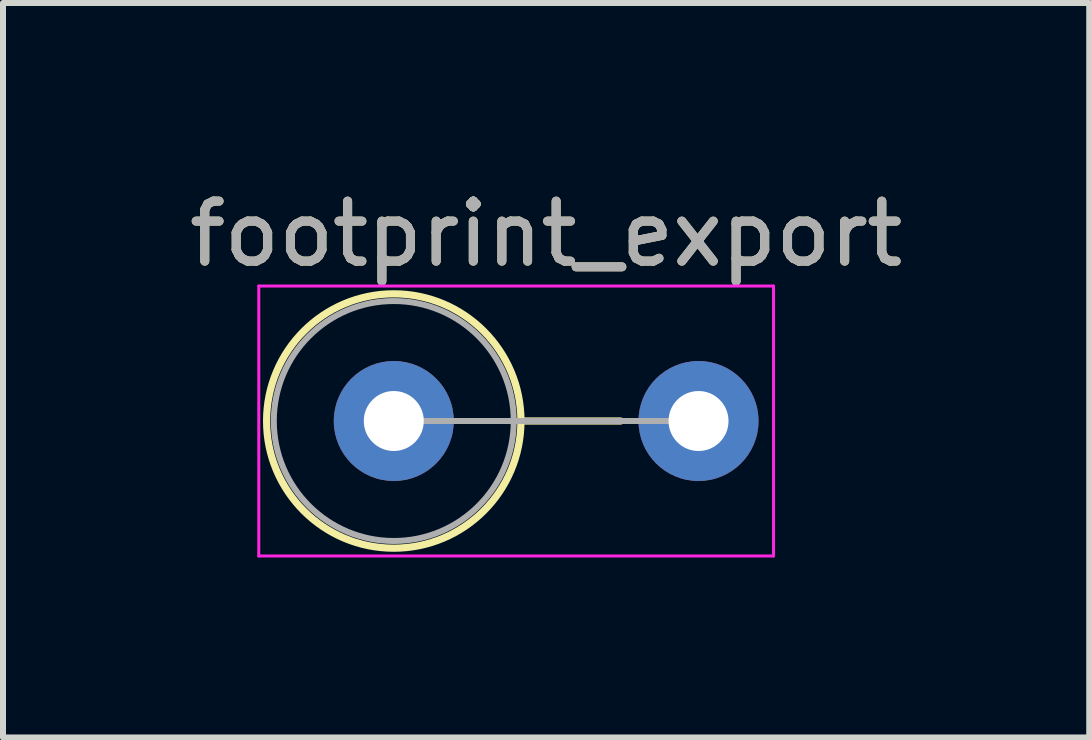
<source format=kicad_pcb>
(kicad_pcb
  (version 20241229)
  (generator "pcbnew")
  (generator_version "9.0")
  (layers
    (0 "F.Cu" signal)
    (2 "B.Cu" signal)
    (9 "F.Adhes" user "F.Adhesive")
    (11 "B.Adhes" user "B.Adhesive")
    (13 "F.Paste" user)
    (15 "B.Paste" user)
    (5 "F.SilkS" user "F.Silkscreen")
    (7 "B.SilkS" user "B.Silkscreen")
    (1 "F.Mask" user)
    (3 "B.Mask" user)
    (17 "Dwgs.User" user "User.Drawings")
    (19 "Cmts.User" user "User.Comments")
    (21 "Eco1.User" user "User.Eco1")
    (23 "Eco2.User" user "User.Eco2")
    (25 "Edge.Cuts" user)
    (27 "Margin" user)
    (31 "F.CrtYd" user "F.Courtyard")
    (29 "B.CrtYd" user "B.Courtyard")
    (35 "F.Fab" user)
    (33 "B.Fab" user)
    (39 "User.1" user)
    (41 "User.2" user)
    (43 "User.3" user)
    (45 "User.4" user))
  (footprint "footprint_export"
    (layer "F.Cu")
    (at 3.514 3.968)
    (property "Reference" "footprint_export" (at 2.54 -3.12 0) (layer "F.SilkS") (effects (font (size 1 1) (thickness 0.15))))
    (attr through_hole)
    (fp_line (start 2.12 0) (end 3.78 0) (stroke (width 0.12) (type solid)) (layer "F.SilkS"))
    (fp_circle (center 0 0) (end 2.12 0) (stroke (width 0.12) (type solid)) (fill no) (layer "F.SilkS"))
    (fp_line (start -2.25 -2.25) (end -2.25 2.25) (stroke (width 0.05) (type solid)) (layer "F.CrtYd"))
    (fp_line (start -2.25 2.25) (end 6.33 2.25) (stroke (width 0.05) (type solid)) (layer "F.CrtYd"))
    (fp_line (start 6.33 -2.25) (end -2.25 -2.25) (stroke (width 0.05) (type solid)) (layer "F.CrtYd"))
    (fp_line (start 6.33 2.25) (end 6.33 -2.25) (stroke (width 0.05) (type solid)) (layer "F.CrtYd"))
    (fp_line (start 0 0) (end 5.08 0) (stroke (width 0.1) (type solid)) (layer "F.Fab"))
    (fp_circle (center 0 0) (end 2 0) (stroke (width 0.1) (type solid)) (fill no) (layer "F.Fab"))
    (fp_text user "${REFERENCE}" (at 2.54 -3.12 0) (layer "F.Fab") (effects (font (size 1 1) (thickness 0.15))))
    (pad "1" thru_hole circle (at 0 0) (size 2 2) (drill 1) (layers "*.Cu" "*.Mask"))
    (pad "2" thru_hole oval (at 5.08 0) (size 2 2) (drill 1) (layers "*.Cu" "*.Mask")))
  (gr_rect
    (start -3 -3)
    (end 15.107 9.243)
    (stroke (width 0.1) (type default))
    (fill no)
    (layer "Edge.Cuts")))
</source>
